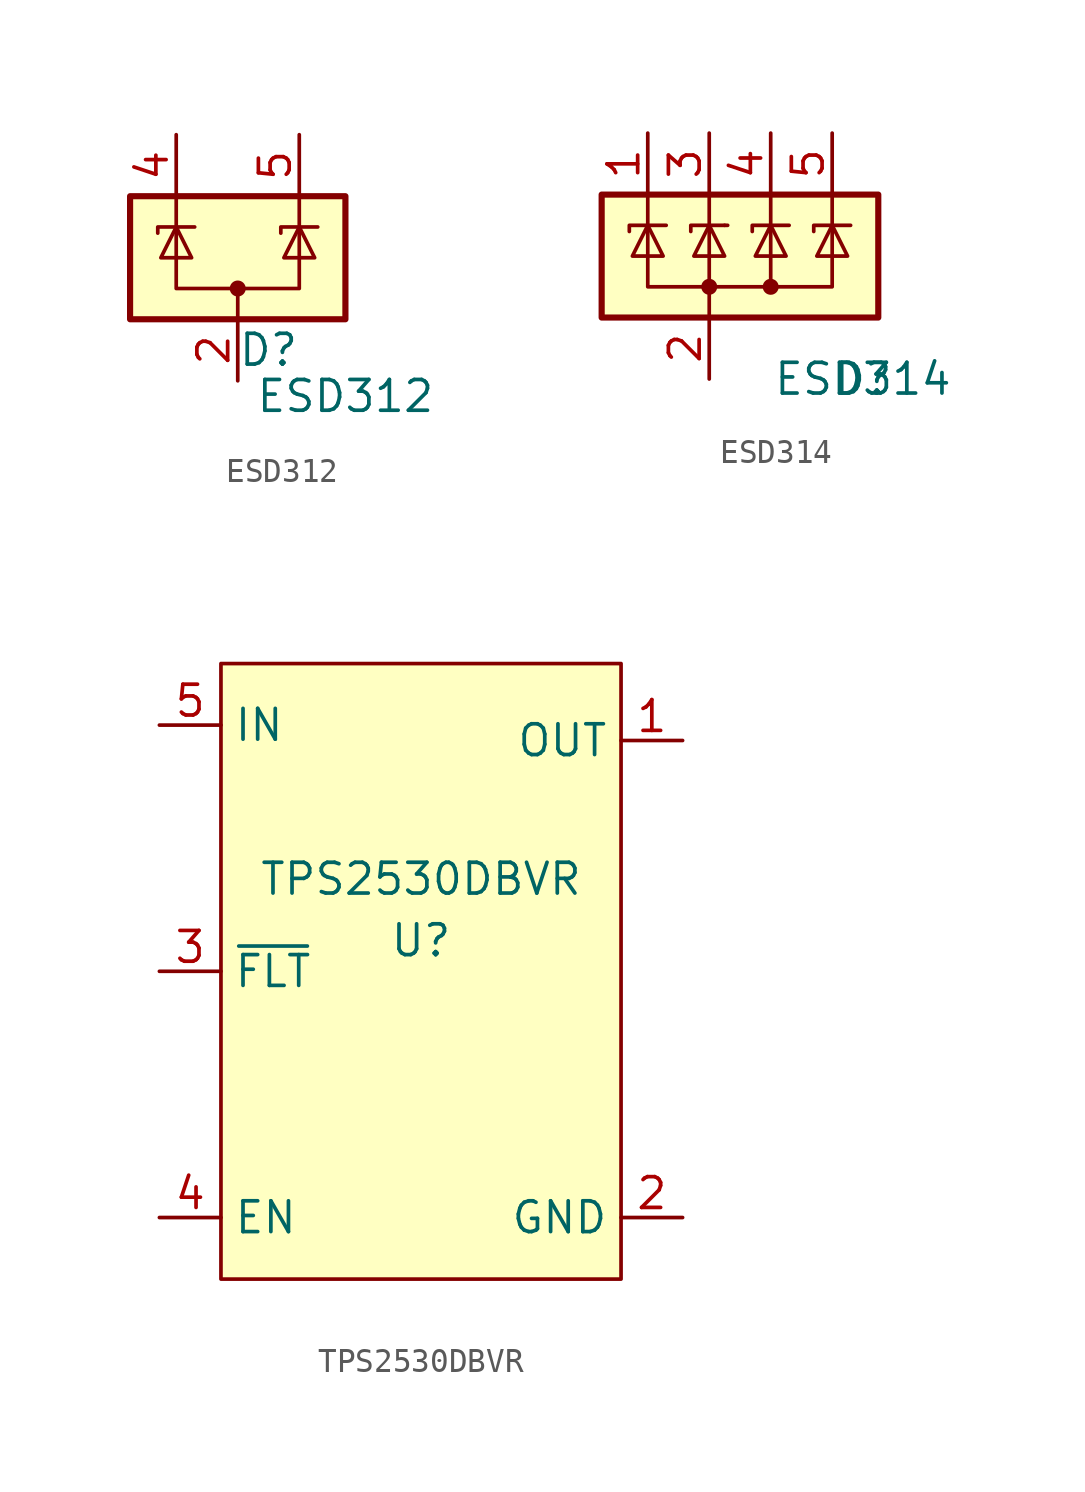
<source format=kicad_sym>
(kicad_symbol_lib
  (version 20211014)
  (generator kicad_symbol_editor)
  (symbol "ESD312"
    (pin_names hide)
    (property "Reference" "D"
      (at 1.27 -3.81 0)
      (effects (font (size 1.27 1.27))))
    (property "Value" "ESD312"
      (at 4.445 -5.715 0)
      (effects (font (size 1.27 1.27))))
    (symbol "ESD312_0_0"
      (pin passive line (at 0 -5.08 90) (length 2.54) (name "GND" (effects (font (size 1.27 1.27)))) (number "2" (effects (font (size 1.27 1.27))))))
    (symbol "ESD312_0_1"
      (rectangle (start -4.445 2.54) (end 4.445 -2.54) (stroke (width 0.254) (type default) (color 0 0 0 0)) (fill (type background)))
      (circle (center 0 -1.27) (radius 0.254) (stroke (width 0) (type default) (color 0 0 0 0)) (fill (type outline)))
      (polyline (pts (xy -2.54 2.54) (xy -2.54 1.27)) (stroke (width 0) (type default) (color 0 0 0 0)) (fill (type none)))
      (polyline (pts (xy 0 -1.27) (xy 0 -2.54)) (stroke (width 0) (type default) (color 0 0 0 0)) (fill (type none)))
      (polyline (pts (xy 2.54 2.54) (xy 2.54 1.27)) (stroke (width 0) (type default) (color 0 0 0 0)) (fill (type none)))
      (polyline (pts (xy -3.302 1.016) (xy -3.302 1.27) (xy -1.905 1.27) (xy -1.778 1.27)) (stroke (width 0) (type default) (color 0 0 0 0)) (fill (type none)))
      (polyline (pts (xy -2.54 1.27) (xy -2.54 -1.27) (xy 2.54 -1.27) (xy 2.54 1.27)) (stroke (width 0) (type default) (color 0 0 0 0)) (fill (type none)))
      (polyline (pts (xy -2.54 1.27) (xy -1.905 0) (xy -3.175 0) (xy -2.54 1.27)) (stroke (width 0) (type default) (color 0 0 0 0)) (fill (type none)))
      (polyline (pts (xy 1.778 1.016) (xy 1.778 1.27) (xy 3.175 1.27) (xy 3.302 1.27)) (stroke (width 0) (type default) (color 0 0 0 0)) (fill (type none)))
      (polyline (pts (xy 2.54 1.27) (xy 1.905 0) (xy 3.175 0) (xy 2.54 1.27)) (stroke (width 0) (type default) (color 0 0 0 0)) (fill (type none))))
    (symbol "ESD312_1_1"
      (pin passive line (at -2.54 5.08 270) (length 2.54) (name "I/O1" (effects (font (size 1.27 1.27)))) (number "4" (effects (font (size 1.27 1.27)))))
      (pin passive line (at 2.54 5.08 270) (length 2.54) (name "I/O2" (effects (font (size 1.27 1.27)))) (number "5" (effects (font (size 1.27 1.27)))))))
  (symbol "ESD314"
    (pin_names
      (offset 0) hide)
    (property "Reference" "D"
      (at 6.35 -5.08 0)
      (effects (font (size 1.27 1.27))))
    (property "Value" "ESD314"
      (at 6.35 -5.08 0)
      (effects (font (size 1.27 1.27))))
    (symbol "ESD314_0_0"
      (pin passive line (at 0 -5.08 90) (length 2.54) (name "GND" (effects (font (size 1.27 1.27)))) (number "2" (effects (font (size 1.27 1.27))))))
    (symbol "ESD314_0_1"
      (rectangle (start -4.445 2.54) (end 6.985 -2.54) (stroke (width 0.254) (type default) (color 0 0 0 0)) (fill (type background)))
      (circle (center 0 -1.27) (radius 0.254) (stroke (width 0) (type default) (color 0 0 0 0)) (fill (type outline)))
      (polyline (pts (xy -2.54 2.54) (xy -2.54 1.27)) (stroke (width 0) (type default) (color 0 0 0 0)) (fill (type none)))
      (polyline (pts (xy 0 -1.27) (xy 0 -2.54)) (stroke (width 0) (type default) (color 0 0 0 0)) (fill (type none)))
      (polyline (pts (xy 0 -1.27) (xy 0 1.27)) (stroke (width 0) (type default) (color 0 0 0 0)) (fill (type none)))
      (polyline (pts (xy 0 2.54) (xy 0 1.27)) (stroke (width 0) (type default) (color 0 0 0 0)) (fill (type none)))
      (polyline (pts (xy 0.635 1.27) (xy 0.762 1.27)) (stroke (width 0) (type default) (color 0 0 0 0)) (fill (type none)))
      (polyline (pts (xy 2.54 2.54) (xy 2.54 1.27)) (stroke (width 0) (type default) (color 0 0 0 0)) (fill (type none)))
      (polyline (pts (xy 5.08 2.54) (xy 5.08 1.27)) (stroke (width 0) (type default) (color 0 0 0 0)) (fill (type none)))
      (polyline (pts (xy 0.635 1.27) (xy -0.762 1.27) (xy -0.762 1.016)) (stroke (width 0) (type default) (color 0 0 0 0)) (fill (type none)))
      (polyline (pts (xy 5.08 1.27) (xy 5.08 -1.27) (xy 2.54 -1.27)) (stroke (width 0) (type default) (color 0 0 0 0)) (fill (type none)))
      (polyline (pts (xy -3.302 1.016) (xy -3.302 1.27) (xy -1.905 1.27) (xy -1.778 1.27)) (stroke (width 0) (type default) (color 0 0 0 0)) (fill (type none)))
      (polyline (pts (xy -2.54 1.27) (xy -2.54 -1.27) (xy 2.54 -1.27) (xy 2.54 1.27)) (stroke (width 0) (type default) (color 0 0 0 0)) (fill (type none)))
      (polyline (pts (xy -2.54 1.27) (xy -1.905 0) (xy -3.175 0) (xy -2.54 1.27)) (stroke (width 0) (type default) (color 0 0 0 0)) (fill (type none)))
      (polyline (pts (xy 0.635 0) (xy -0.635 0) (xy 0 1.27) (xy 0.635 0)) (stroke (width 0) (type default) (color 0 0 0 0)) (fill (type none)))
      (polyline (pts (xy 1.778 1.016) (xy 1.778 1.27) (xy 3.175 1.27) (xy 3.302 1.27)) (stroke (width 0) (type default) (color 0 0 0 0)) (fill (type none)))
      (polyline (pts (xy 2.54 1.27) (xy 1.905 0) (xy 3.175 0) (xy 2.54 1.27)) (stroke (width 0) (type default) (color 0 0 0 0)) (fill (type none)))
      (polyline (pts (xy 4.318 1.016) (xy 4.318 1.27) (xy 5.715 1.27) (xy 5.842 1.27)) (stroke (width 0) (type default) (color 0 0 0 0)) (fill (type none)))
      (polyline (pts (xy 5.08 1.27) (xy 4.445 0) (xy 5.715 0) (xy 5.08 1.27)) (stroke (width 0) (type default) (color 0 0 0 0)) (fill (type none)))
      (circle (center 2.54 -1.27) (radius 0.254) (stroke (width 0) (type default) (color 0 0 0 0)) (fill (type outline))))
    (symbol "ESD314_1_1"
      (pin passive line (at -2.54 5.08 270) (length 2.54) (name "I/O1" (effects (font (size 1.27 1.27)))) (number "1" (effects (font (size 1.27 1.27)))))
      (pin passive line (at 0 5.08 270) (length 2.54) (name "I/O2" (effects (font (size 1.27 1.27)))) (number "3" (effects (font (size 1.27 1.27)))))
      (pin passive line (at 2.54 5.08 270) (length 2.54) (name "I/O3" (effects (font (size 1.27 1.27)))) (number "4" (effects (font (size 1.27 1.27)))))
      (pin passive line (at 5.08 5.08 270) (length 2.54) (name "I/O4" (effects (font (size 1.27 1.27)))) (number "5" (effects (font (size 1.27 1.27)))))))
  (symbol "TPS2530DBVR"
    (property "Reference" "U"
      (at 0 1.27 0)
      (effects (font (size 1.27 1.27))))
    (property "Value" "TPS2530DBVR"
      (at 0 3.81 0)
      (effects (font (size 1.27 1.27))))
    (symbol "TPS2530DBVR_0_1"
      (rectangle (start -8.255 12.7) (end 8.255 -12.7) (stroke (width 0) (type default) (color 0 0 0 0)) (fill (type background))))
    (symbol "TPS2530DBVR_1_1"
      (pin power_out line (at 10.795 9.525 180) (length 2.54) (name "OUT" (effects (font (size 1.27 1.27)))) (number "1" (effects (font (size 1.27 1.27)))))
      (pin power_in line (at 10.795 -10.16 180) (length 2.54) (name "GND" (effects (font (size 1.27 1.27)))) (number "2" (effects (font (size 1.27 1.27)))))
      (pin open_collector line (at -10.795 0 0) (length 2.54) (name "~{FLT}" (effects (font (size 1.27 1.27)))) (number "3" (effects (font (size 1.27 1.27)))))
      (pin input line (at -10.795 -10.16 0) (length 2.54) (name "EN" (effects (font (size 1.27 1.27)))) (number "4" (effects (font (size 1.27 1.27)))))
      (pin power_in line (at -10.795 10.16 0) (length 2.54) (name "IN" (effects (font (size 1.27 1.27)))) (number "5" (effects (font (size 1.27 1.27))))))))
</source>
